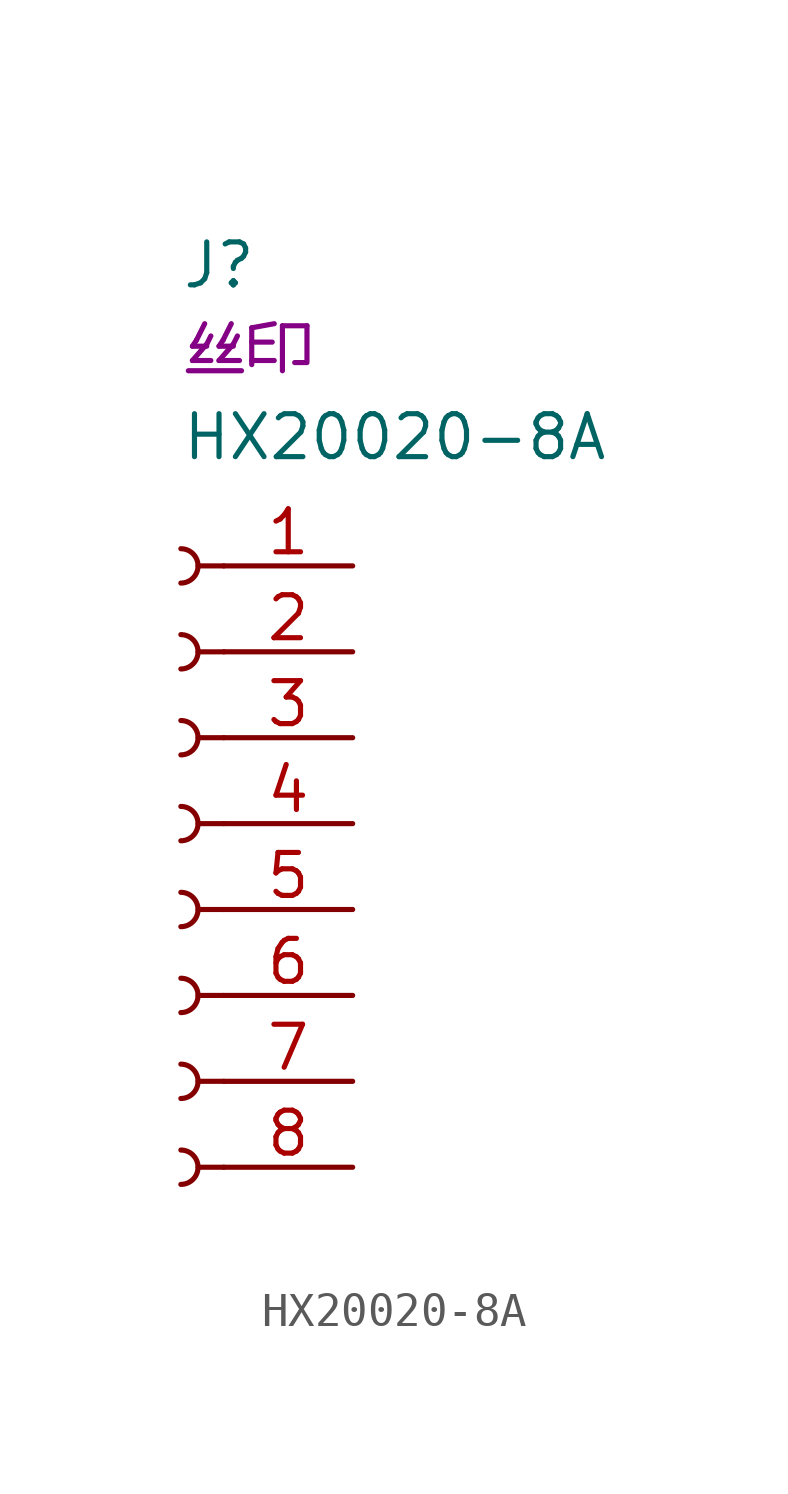
<source format=kicad_sym>
(kicad_symbol_lib
  (version 20220914)
  (generator kicad_symbol_editor)
  (symbol "HX20020-8A"
    (pin_names
      (offset 1.016) hide)
    (property "Reference" "J"
      (at 0 16.51 0)
      (effects (font (size 1.27 1.27)) (justify left)))
    (property "Value" "HX20020-8A"
      (at 0 11.43 0)
      (effects (font (size 1.27 1.27)) (justify left)))
    (property "丝印" "丝印"
      (at 0 13.97 0)
      (do_not_autoplace)
      (effects (font (size 1.27 1.27)) (justify left)))
    (symbol "HX20020-8A_1_1"
      (arc (start 0 -10.668) (mid 0.5058 -10.16) (end 0 -9.652) (stroke (width 0.1524) (type default)) (fill (type none)))
      (arc (start 0 -8.128) (mid 0.5058 -7.62) (end 0 -7.112) (stroke (width 0.1524) (type default)) (fill (type none)))
      (arc (start 0 -5.588) (mid 0.5058 -5.08) (end 0 -4.572) (stroke (width 0.1524) (type default)) (fill (type none)))
      (arc (start 0 -3.048) (mid 0.5058 -2.54) (end 0 -2.032) (stroke (width 0.1524) (type default)) (fill (type none)))
      (arc (start 0 -0.508) (mid 0.5058 0) (end 0 0.508) (stroke (width 0.1524) (type default)) (fill (type none)))
      (polyline (pts (xy 1.27 -10.16) (xy 0.508 -10.16)) (stroke (width 0.152) (type default)) (fill (type none)))
      (polyline (pts (xy 1.27 -7.62) (xy 0.508 -7.62)) (stroke (width 0.152) (type default)) (fill (type none)))
      (polyline (pts (xy 1.27 -5.08) (xy 0.508 -5.08)) (stroke (width 0.152) (type default)) (fill (type none)))
      (polyline (pts (xy 1.27 -2.54) (xy 0.508 -2.54)) (stroke (width 0.152) (type default)) (fill (type none)))
      (polyline (pts (xy 1.27 0) (xy 0.508 0)) (stroke (width 0.152) (type default)) (fill (type none)))
      (polyline (pts (xy 1.27 2.54) (xy 0.508 2.54)) (stroke (width 0.152) (type default)) (fill (type none)))
      (polyline (pts (xy 1.27 5.08) (xy 0.508 5.08)) (stroke (width 0.152) (type default)) (fill (type none)))
      (polyline (pts (xy 1.27 7.62) (xy 0.508 7.62)) (stroke (width 0.152) (type default)) (fill (type none)))
      (arc (start 0 2.032) (mid 0.5058 2.54) (end 0 3.048) (stroke (width 0.1524) (type default)) (fill (type none)))
      (arc (start 0 4.572) (mid 0.5058 5.08) (end 0 5.588) (stroke (width 0.1524) (type default)) (fill (type none)))
      (arc (start 0 7.112) (mid 0.5058 7.62) (end 0 8.128) (stroke (width 0.1524) (type default)) (fill (type none)))
      (pin passive line (at 5.08 7.62 180) (length 3.81) (name "Pin_1" (effects (font (size 1.27 1.27)))) (number "1" (effects (font (size 1.27 1.27)))))
      (pin passive line (at 5.08 5.08 180) (length 3.81) (name "Pin_2" (effects (font (size 1.27 1.27)))) (number "2" (effects (font (size 1.27 1.27)))))
      (pin passive line (at 5.08 2.54 180) (length 3.81) (name "Pin_3" (effects (font (size 1.27 1.27)))) (number "3" (effects (font (size 1.27 1.27)))))
      (pin passive line (at 5.08 0 180) (length 3.81) (name "Pin_4" (effects (font (size 1.27 1.27)))) (number "4" (effects (font (size 1.27 1.27)))))
      (pin passive line (at 5.08 -2.54 180) (length 3.81) (name "Pin_5" (effects (font (size 1.27 1.27)))) (number "5" (effects (font (size 1.27 1.27)))))
      (pin passive line (at 5.08 -5.08 180) (length 3.81) (name "Pin_6" (effects (font (size 1.27 1.27)))) (number "6" (effects (font (size 1.27 1.27)))))
      (pin passive line (at 5.08 -7.62 180) (length 3.81) (name "Pin_7" (effects (font (size 1.27 1.27)))) (number "7" (effects (font (size 1.27 1.27)))))
      (pin passive line (at 5.08 -10.16 180) (length 3.81) (name "Pin_8" (effects (font (size 1.27 1.27)))) (number "8" (effects (font (size 1.27 1.27))))))))
</source>
